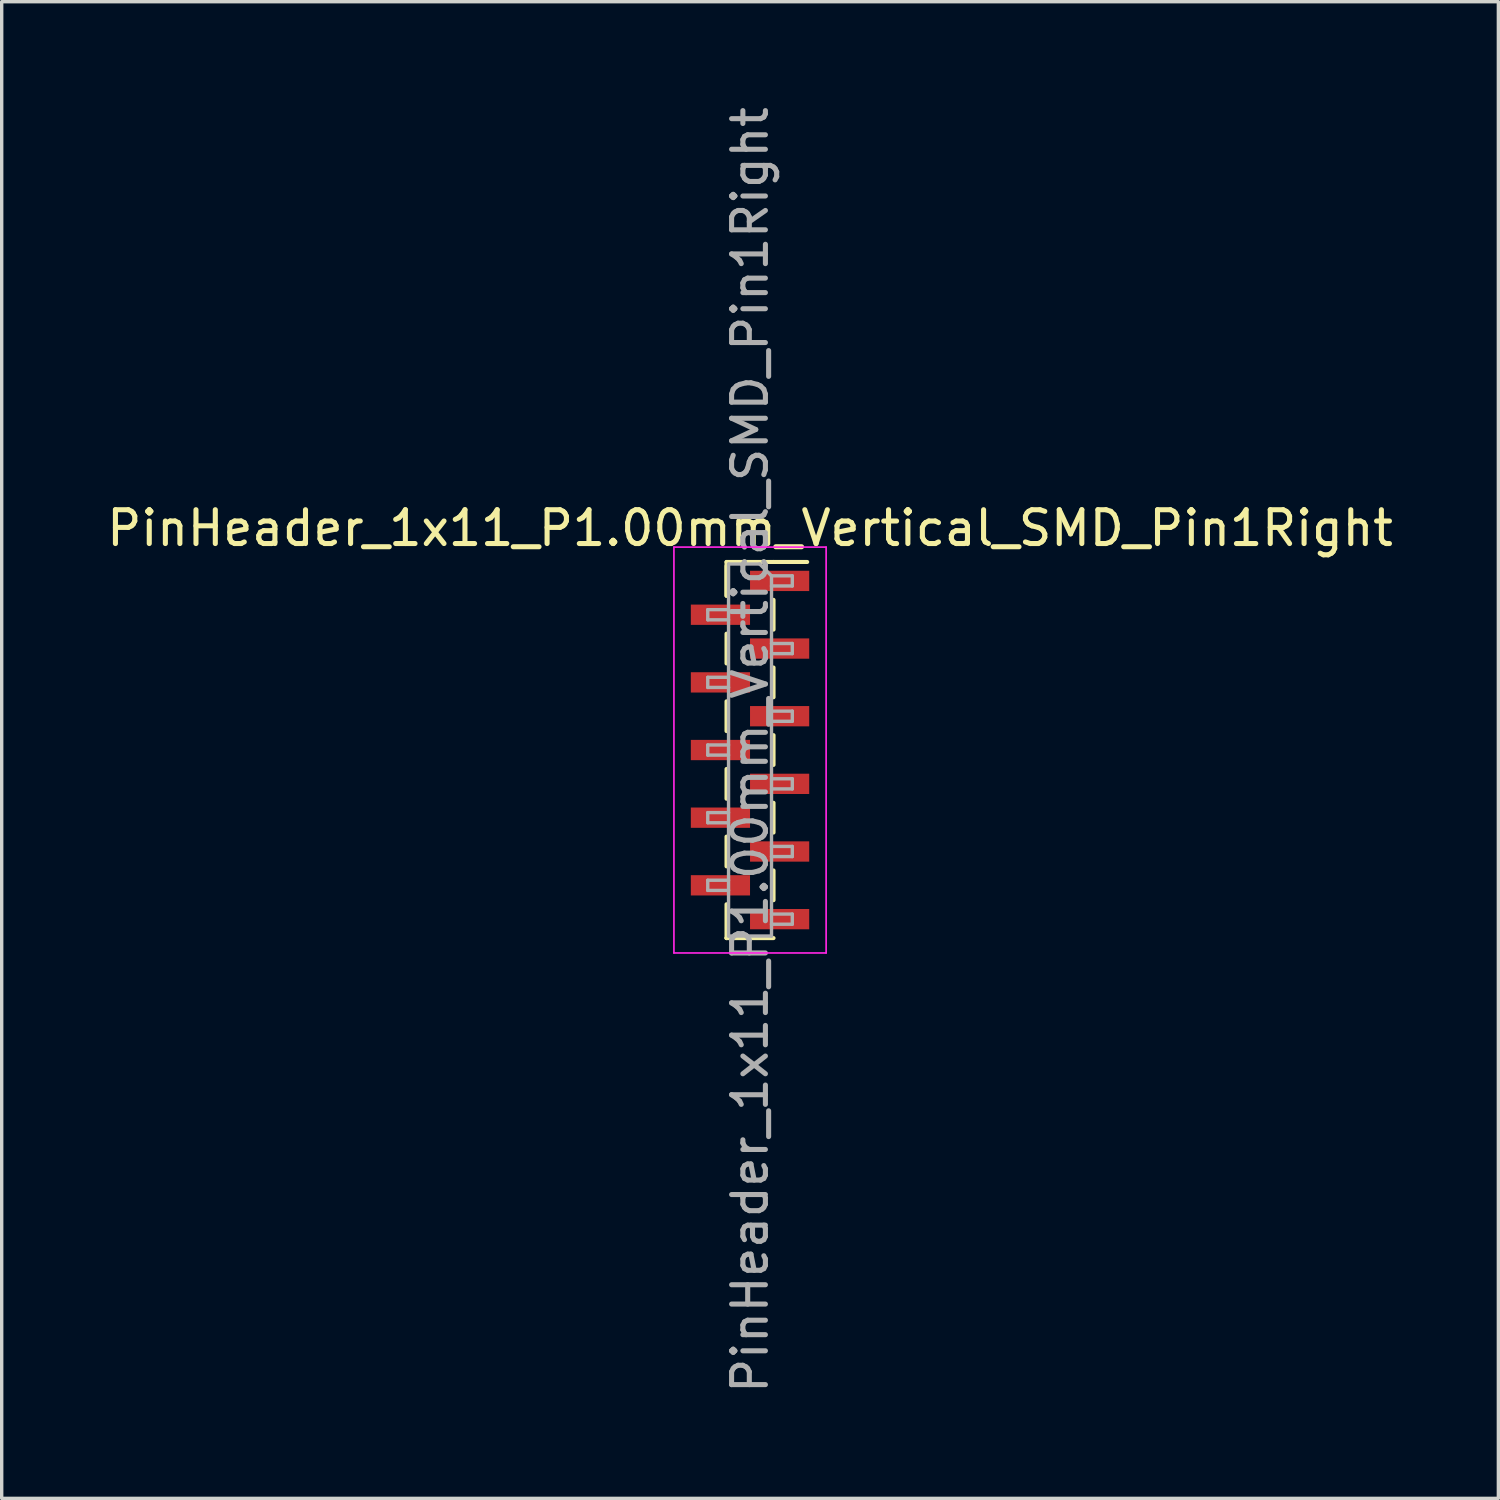
<source format=kicad_pcb>
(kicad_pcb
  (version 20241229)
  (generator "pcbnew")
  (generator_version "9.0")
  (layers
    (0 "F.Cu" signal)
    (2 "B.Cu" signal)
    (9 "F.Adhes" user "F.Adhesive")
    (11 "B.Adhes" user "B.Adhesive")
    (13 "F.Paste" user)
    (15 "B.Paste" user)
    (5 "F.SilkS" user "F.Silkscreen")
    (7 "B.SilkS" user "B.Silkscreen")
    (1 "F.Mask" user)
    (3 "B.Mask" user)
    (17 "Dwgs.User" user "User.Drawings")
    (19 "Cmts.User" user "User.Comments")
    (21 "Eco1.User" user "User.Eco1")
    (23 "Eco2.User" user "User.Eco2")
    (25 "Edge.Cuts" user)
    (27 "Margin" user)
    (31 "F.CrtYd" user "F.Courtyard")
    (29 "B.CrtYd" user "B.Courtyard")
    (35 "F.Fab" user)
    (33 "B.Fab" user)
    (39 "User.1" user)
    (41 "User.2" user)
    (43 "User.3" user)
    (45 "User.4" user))
  (footprint "PinHeader_1x11_P1.00mm_Vertical_SMD_Pin1Right"
    (layer "F.Cu")
    (at 19.125 19.125)
    (property "Reference" "PinHeader_1x11_P1.00mm_Vertical_SMD_Pin1Right" (at 0 -6.56 0) (layer "F.SilkS") (effects (font (size 1 1) (thickness 0.15))))
    (attr smd)
    (fp_line (start -0.695 -5.56) (end -0.695 -4.56) (stroke (width 0.12) (type solid)) (layer "F.SilkS"))
    (fp_line (start -0.695 -5.56) (end 0.695 -5.56) (stroke (width 0.12) (type solid)) (layer "F.SilkS"))
    (fp_line (start -0.695 -5.44) (end -0.695 -4.56) (stroke (width 0.12) (type solid)) (layer "F.SilkS"))
    (fp_line (start -0.695 -3.44) (end -0.695 -2.56) (stroke (width 0.12) (type solid)) (layer "F.SilkS"))
    (fp_line (start -0.695 -1.44) (end -0.695 -0.56) (stroke (width 0.12) (type solid)) (layer "F.SilkS"))
    (fp_line (start -0.695 0.56) (end -0.695 1.44) (stroke (width 0.12) (type solid)) (layer "F.SilkS"))
    (fp_line (start -0.695 2.56) (end -0.695 3.44) (stroke (width 0.12) (type solid)) (layer "F.SilkS"))
    (fp_line (start -0.695 4.56) (end -0.695 5.56) (stroke (width 0.12) (type solid)) (layer "F.SilkS"))
    (fp_line (start -0.695 5.56) (end -0.695 5.56) (stroke (width 0.12) (type solid)) (layer "F.SilkS"))
    (fp_line (start -0.695 5.56) (end 0.695 5.56) (stroke (width 0.12) (type solid)) (layer "F.SilkS"))
    (fp_line (start 0.695 -5.56) (end 0.695 -5.56) (stroke (width 0.12) (type solid)) (layer "F.SilkS"))
    (fp_line (start 0.695 -5.56) (end 1.69 -5.56) (stroke (width 0.12) (type solid)) (layer "F.SilkS"))
    (fp_line (start 0.695 -4.44) (end 0.695 -3.56) (stroke (width 0.12) (type solid)) (layer "F.SilkS"))
    (fp_line (start 0.695 -2.44) (end 0.695 -1.56) (stroke (width 0.12) (type solid)) (layer "F.SilkS"))
    (fp_line (start 0.695 -0.44) (end 0.695 0.44) (stroke (width 0.12) (type solid)) (layer "F.SilkS"))
    (fp_line (start 0.695 1.56) (end 0.695 2.44) (stroke (width 0.12) (type solid)) (layer "F.SilkS"))
    (fp_line (start 0.695 3.56) (end 0.695 4.44) (stroke (width 0.12) (type solid)) (layer "F.SilkS"))
    (fp_line (start -2.25 -6) (end -2.25 6) (stroke (width 0.05) (type solid)) (layer "F.CrtYd"))
    (fp_line (start -2.25 6) (end 2.25 6) (stroke (width 0.05) (type solid)) (layer "F.CrtYd"))
    (fp_line (start 2.25 -6) (end -2.25 -6) (stroke (width 0.05) (type solid)) (layer "F.CrtYd"))
    (fp_line (start 2.25 6) (end 2.25 -6) (stroke (width 0.05) (type solid)) (layer "F.CrtYd"))
    (fp_line (start -1.25 -4.15) (end -1.25 -3.85) (stroke (width 0.1) (type solid)) (layer "F.Fab"))
    (fp_line (start -1.25 -3.85) (end -0.635 -3.85) (stroke (width 0.1) (type solid)) (layer "F.Fab"))
    (fp_line (start -1.25 -2.15) (end -1.25 -1.85) (stroke (width 0.1) (type solid)) (layer "F.Fab"))
    (fp_line (start -1.25 -1.85) (end -0.635 -1.85) (stroke (width 0.1) (type solid)) (layer "F.Fab"))
    (fp_line (start -1.25 -0.15) (end -1.25 0.15) (stroke (width 0.1) (type solid)) (layer "F.Fab"))
    (fp_line (start -1.25 0.15) (end -0.635 0.15) (stroke (width 0.1) (type solid)) (layer "F.Fab"))
    (fp_line (start -1.25 1.85) (end -1.25 2.15) (stroke (width 0.1) (type solid)) (layer "F.Fab"))
    (fp_line (start -1.25 2.15) (end -0.635 2.15) (stroke (width 0.1) (type solid)) (layer "F.Fab"))
    (fp_line (start -1.25 3.85) (end -1.25 4.15) (stroke (width 0.1) (type solid)) (layer "F.Fab"))
    (fp_line (start -1.25 4.15) (end -0.635 4.15) (stroke (width 0.1) (type solid)) (layer "F.Fab"))
    (fp_line (start -0.635 -5.5) (end -0.635 5.5) (stroke (width 0.1) (type solid)) (layer "F.Fab"))
    (fp_line (start -0.635 -5.5) (end 0.285 -5.5) (stroke (width 0.1) (type solid)) (layer "F.Fab"))
    (fp_line (start -0.635 -4.15) (end -1.25 -4.15) (stroke (width 0.1) (type solid)) (layer "F.Fab"))
    (fp_line (start -0.635 -2.15) (end -1.25 -2.15) (stroke (width 0.1) (type solid)) (layer "F.Fab"))
    (fp_line (start -0.635 -0.15) (end -1.25 -0.15) (stroke (width 0.1) (type solid)) (layer "F.Fab"))
    (fp_line (start -0.635 1.85) (end -1.25 1.85) (stroke (width 0.1) (type solid)) (layer "F.Fab"))
    (fp_line (start -0.635 3.85) (end -1.25 3.85) (stroke (width 0.1) (type solid)) (layer "F.Fab"))
    (fp_line (start 0.635 -5.15) (end 0.285 -5.5) (stroke (width 0.1) (type solid)) (layer "F.Fab"))
    (fp_line (start 0.635 -5.15) (end 1.25 -5.15) (stroke (width 0.1) (type solid)) (layer "F.Fab"))
    (fp_line (start 0.635 -3.15) (end 1.25 -3.15) (stroke (width 0.1) (type solid)) (layer "F.Fab"))
    (fp_line (start 0.635 -1.15) (end 1.25 -1.15) (stroke (width 0.1) (type solid)) (layer "F.Fab"))
    (fp_line (start 0.635 0.85) (end 1.25 0.85) (stroke (width 0.1) (type solid)) (layer "F.Fab"))
    (fp_line (start 0.635 2.85) (end 1.25 2.85) (stroke (width 0.1) (type solid)) (layer "F.Fab"))
    (fp_line (start 0.635 4.85) (end 1.25 4.85) (stroke (width 0.1) (type solid)) (layer "F.Fab"))
    (fp_line (start 0.635 5.5) (end -0.635 5.5) (stroke (width 0.1) (type solid)) (layer "F.Fab"))
    (fp_line (start 0.635 5.5) (end 0.635 -5.15) (stroke (width 0.1) (type solid)) (layer "F.Fab"))
    (fp_line (start 1.25 -5.15) (end 1.25 -4.85) (stroke (width 0.1) (type solid)) (layer "F.Fab"))
    (fp_line (start 1.25 -4.85) (end 0.635 -4.85) (stroke (width 0.1) (type solid)) (layer "F.Fab"))
    (fp_line (start 1.25 -3.15) (end 1.25 -2.85) (stroke (width 0.1) (type solid)) (layer "F.Fab"))
    (fp_line (start 1.25 -2.85) (end 0.635 -2.85) (stroke (width 0.1) (type solid)) (layer "F.Fab"))
    (fp_line (start 1.25 -1.15) (end 1.25 -0.85) (stroke (width 0.1) (type solid)) (layer "F.Fab"))
    (fp_line (start 1.25 -0.85) (end 0.635 -0.85) (stroke (width 0.1) (type solid)) (layer "F.Fab"))
    (fp_line (start 1.25 0.85) (end 1.25 1.15) (stroke (width 0.1) (type solid)) (layer "F.Fab"))
    (fp_line (start 1.25 1.15) (end 0.635 1.15) (stroke (width 0.1) (type solid)) (layer "F.Fab"))
    (fp_line (start 1.25 2.85) (end 1.25 3.15) (stroke (width 0.1) (type solid)) (layer "F.Fab"))
    (fp_line (start 1.25 3.15) (end 0.635 3.15) (stroke (width 0.1) (type solid)) (layer "F.Fab"))
    (fp_line (start 1.25 4.85) (end 1.25 5.15) (stroke (width 0.1) (type solid)) (layer "F.Fab"))
    (fp_line (start 1.25 5.15) (end 0.635 5.15) (stroke (width 0.1) (type solid)) (layer "F.Fab"))
    (fp_text user "${REFERENCE}" (at 0 0 90) (layer "F.Fab") (effects (font (size 1 1) (thickness 0.15))))
    (pad "1" smd rect (at 0.875 -5) (size 1.75 0.6) (layers "F.Cu" "F.Mask" "F.Paste"))
    (pad "2" smd rect (at -0.875 -4) (size 1.75 0.6) (layers "F.Cu" "F.Mask" "F.Paste"))
    (pad "3" smd rect (at 0.875 -3) (size 1.75 0.6) (layers "F.Cu" "F.Mask" "F.Paste"))
    (pad "4" smd rect (at -0.875 -2) (size 1.75 0.6) (layers "F.Cu" "F.Mask" "F.Paste"))
    (pad "5" smd rect (at 0.875 -1) (size 1.75 0.6) (layers "F.Cu" "F.Mask" "F.Paste"))
    (pad "6" smd rect (at -0.875 0) (size 1.75 0.6) (layers "F.Cu" "F.Mask" "F.Paste"))
    (pad "7" smd rect (at 0.875 1) (size 1.75 0.6) (layers "F.Cu" "F.Mask" "F.Paste"))
    (pad "8" smd rect (at -0.875 2) (size 1.75 0.6) (layers "F.Cu" "F.Mask" "F.Paste"))
    (pad "9" smd rect (at 0.875 3) (size 1.75 0.6) (layers "F.Cu" "F.Mask" "F.Paste"))
    (pad "10" smd rect (at -0.875 4) (size 1.75 0.6) (layers "F.Cu" "F.Mask" "F.Paste"))
    (pad "11" smd rect (at 0.875 5) (size 1.75 0.6) (layers "F.Cu" "F.Mask" "F.Paste")))
  (gr_rect
    (start -3 -3)
    (end 41.25 41.25)
    (stroke (width 0.1) (type default))
    (fill no)
    (layer "Edge.Cuts")))
</source>
